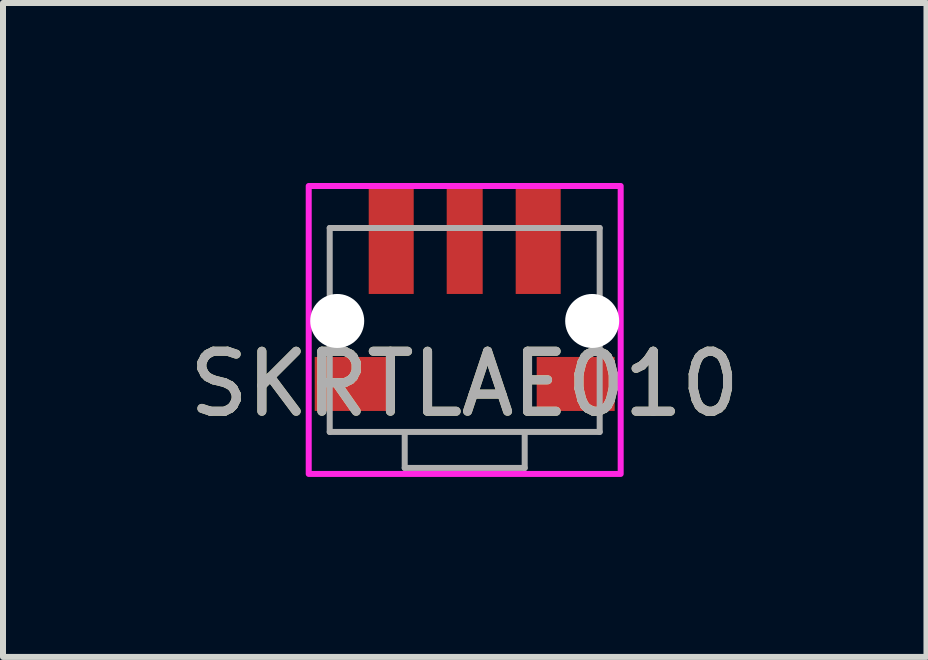
<source format=kicad_pcb>
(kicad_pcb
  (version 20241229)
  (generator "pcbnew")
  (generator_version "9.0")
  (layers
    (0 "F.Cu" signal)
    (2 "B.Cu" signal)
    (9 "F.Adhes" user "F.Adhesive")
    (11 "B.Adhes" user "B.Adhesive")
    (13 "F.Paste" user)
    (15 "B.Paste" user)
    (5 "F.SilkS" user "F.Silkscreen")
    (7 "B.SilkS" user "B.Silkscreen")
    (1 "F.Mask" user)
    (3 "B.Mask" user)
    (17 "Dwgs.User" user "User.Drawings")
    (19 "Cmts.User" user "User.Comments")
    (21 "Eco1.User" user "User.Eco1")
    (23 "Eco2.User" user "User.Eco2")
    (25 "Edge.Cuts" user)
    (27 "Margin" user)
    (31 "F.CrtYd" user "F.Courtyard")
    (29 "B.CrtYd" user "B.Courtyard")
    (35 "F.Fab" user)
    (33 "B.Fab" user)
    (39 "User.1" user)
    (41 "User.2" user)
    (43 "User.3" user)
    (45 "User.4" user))
  (footprint "SKRTLAE010"
    (layer "F.Cu")
    (at 4.696 3.35)
    (property "Reference" "SKRTLAE010" (at 0 0 0) (unlocked yes) (layer "F.SilkS") (effects (font (size 1 1) (thickness 0.15))))
    (attr smd)
    (fp_rect (start -2.6 -3.3) (end 2.6 1.5) (stroke (width 0.1) (type default)) (fill no) (layer "F.CrtYd"))
    (fp_line (start -2.25 -2.6) (end 2.25 -2.6) (stroke (width 0.1) (type default)) (layer "F.Fab"))
    (fp_line (start -2.25 0.8) (end -2.25 -2.6) (stroke (width 0.1) (type default)) (layer "F.Fab"))
    (fp_line (start -2.25 0.8) (end 2.25 0.8) (stroke (width 0.1) (type default)) (layer "F.Fab"))
    (fp_line (start -1 0.8) (end -1 1.4) (stroke (width 0.1) (type default)) (layer "F.Fab"))
    (fp_line (start -1 1.4) (end 1 1.4) (stroke (width 0.1) (type default)) (layer "F.Fab"))
    (fp_line (start 1 1.4) (end 1 0.8) (stroke (width 0.1) (type default)) (layer "F.Fab"))
    (fp_line (start 2.25 0.8) (end 2.25 -2.6) (stroke (width 0.1) (type default)) (layer "F.Fab"))
    (fp_text user "${REFERENCE}" (at 0 0 0) (unlocked yes) (layer "F.Fab") (effects (font (size 1 1) (thickness 0.15))))
    (pad "" np_thru_hole circle (at -2.125 -1.05) (size 0.9 0.9) (drill 0.9) (layers "*.Cu" "*.Mask"))
    (pad "" np_thru_hole circle (at 2.125 -1.05) (size 0.9 0.9) (drill 0.9) (layers "*.Cu" "*.Mask"))
    (pad "1" smd rect (at 0 -2.4 90) (size 1.8 0.6) (layers "F.Cu" "F.Mask" "F.Paste"))
    (pad "2" smd rect (at -1.225 -2.4 90) (size 1.8 0.75) (layers "F.Cu" "F.Mask" "F.Paste"))
    (pad "2" smd rect (at 1.225 -2.4 90) (size 1.8 0.75) (layers "F.Cu" "F.Mask" "F.Paste"))
    (pad "SH" smd rect (at -1.85 0) (size 1.3 0.9) (layers "F.Cu" "F.Mask" "F.Paste"))
    (pad "SH" smd rect (at 1.85 0) (size 1.3 0.9) (layers "F.Cu" "F.Mask" "F.Paste")))
  (gr_rect
    (start -3 -3)
    (end 12.393 7.9)
    (stroke (width 0.1) (type default))
    (fill no)
    (layer "Edge.Cuts")))
</source>
